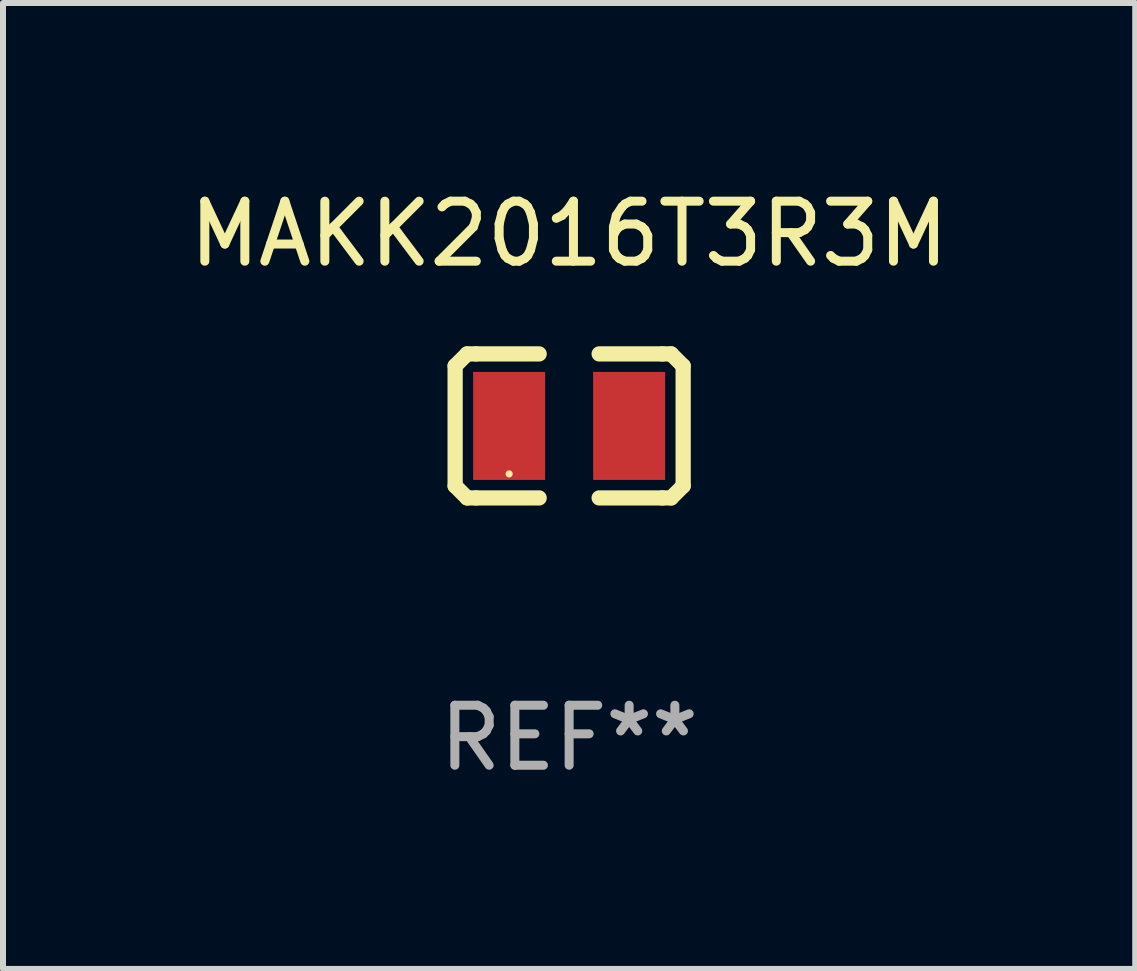
<source format=kicad_pcb>
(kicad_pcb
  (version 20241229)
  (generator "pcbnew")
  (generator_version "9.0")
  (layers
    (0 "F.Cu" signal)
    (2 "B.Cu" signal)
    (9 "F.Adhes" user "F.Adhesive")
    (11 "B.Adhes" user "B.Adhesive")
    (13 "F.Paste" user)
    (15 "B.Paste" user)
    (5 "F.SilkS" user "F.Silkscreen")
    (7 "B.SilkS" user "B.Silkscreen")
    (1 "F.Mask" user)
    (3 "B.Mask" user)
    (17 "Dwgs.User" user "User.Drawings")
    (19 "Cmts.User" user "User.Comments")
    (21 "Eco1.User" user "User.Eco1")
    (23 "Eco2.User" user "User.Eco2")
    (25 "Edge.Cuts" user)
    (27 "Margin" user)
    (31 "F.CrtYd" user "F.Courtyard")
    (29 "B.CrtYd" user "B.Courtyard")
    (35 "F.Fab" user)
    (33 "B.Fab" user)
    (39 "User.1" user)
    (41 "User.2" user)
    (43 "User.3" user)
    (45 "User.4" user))
  (footprint "MAKK2016T3R3M"
    (layer "F.Cu")
    (at 6.435 4.048)
    (property "Reference" "MAKK2016T3R3M" (at 0 -3.2 0) (layer "F.SilkS") (effects (font (size 1 1) (thickness 0.15))))
    (attr through_hole)
    (fp_line (start -1.9 -1) (end -1.9 1) (stroke (width 0.254) (type solid)) (layer "F.SilkS"))
    (fp_line (start -1.7 -1.2) (end -1.9 -1) (stroke (width 0.254) (type solid)) (layer "F.SilkS"))
    (fp_line (start -1.7 1.2) (end -1.9 1) (stroke (width 0.254) (type solid)) (layer "F.SilkS"))
    (fp_line (start -1.55 -1.2) (end -1.7 -1.2) (stroke (width 0.254) (type solid)) (layer "F.SilkS"))
    (fp_line (start -1.55 1.2) (end -1.7 1.2) (stroke (width 0.254) (type solid)) (layer "F.SilkS"))
    (fp_line (start -0.5 -1.2) (end -1.55 -1.2) (stroke (width 0.254) (type solid)) (layer "F.SilkS"))
    (fp_line (start -0.5 1.2) (end -1.55 1.2) (stroke (width 0.254) (type solid)) (layer "F.SilkS"))
    (fp_line (start 0.5 -1.2) (end 1.55 -1.2) (stroke (width 0.254) (type solid)) (layer "F.SilkS"))
    (fp_line (start 0.5 1.2) (end 1.55 1.2) (stroke (width 0.254) (type solid)) (layer "F.SilkS"))
    (fp_line (start 1.55 -1.2) (end 1.7 -1.2) (stroke (width 0.254) (type solid)) (layer "F.SilkS"))
    (fp_line (start 1.55 1.2) (end 1.7 1.2) (stroke (width 0.254) (type solid)) (layer "F.SilkS"))
    (fp_line (start 1.7 -1.2) (end 1.9 -1) (stroke (width 0.254) (type solid)) (layer "F.SilkS"))
    (fp_line (start 1.7 1.2) (end 1.9 1) (stroke (width 0.254) (type solid)) (layer "F.SilkS"))
    (fp_line (start 1.9 -1) (end 1.9 1) (stroke (width 0.254) (type solid)) (layer "F.SilkS"))
    (fp_circle (center -1 0.8) (end -0.97 0.8) (stroke (width 0.06) (type solid)) (fill no) (layer "F.SilkS"))
    (fp_text user "REF**" (at 0 5.2 0) (layer "F.Fab") (effects (font (size 1 1) (thickness 0.15))))
    (pad "1" smd rect (at -1 0) (size 1.2 1.8) (layers "F.Cu" "F.Mask" "F.Paste"))
    (pad "2" smd rect (at 1 0) (size 1.2 1.8) (layers "F.Cu" "F.Mask" "F.Paste")))
  (gr_rect
    (start -3 -3)
    (end 15.869 13.097)
    (stroke (width 0.1) (type default))
    (fill no)
    (layer "Edge.Cuts")))
</source>
